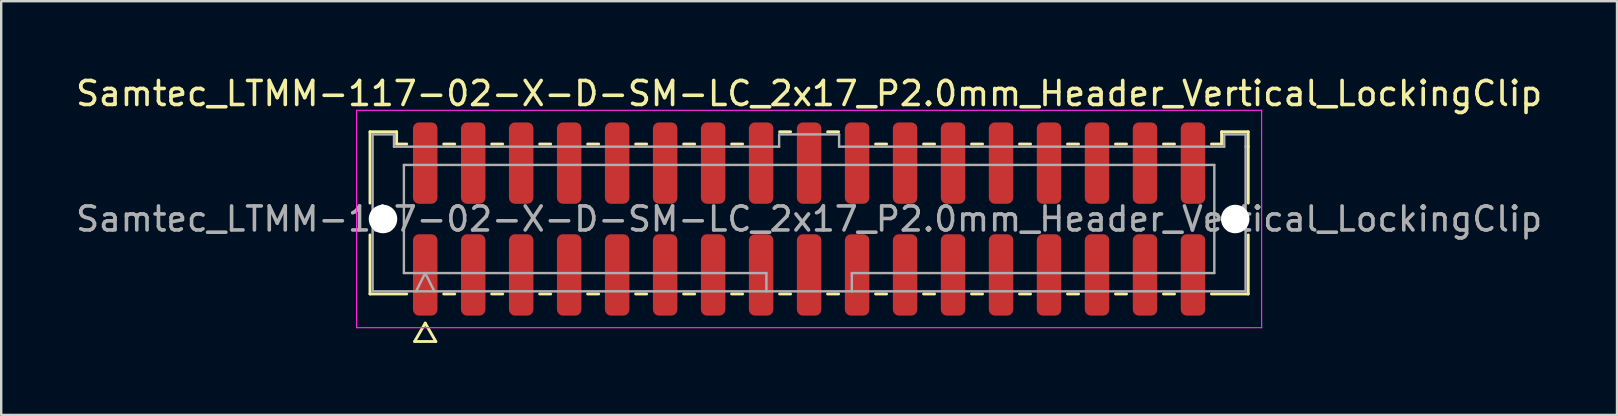
<source format=kicad_pcb>
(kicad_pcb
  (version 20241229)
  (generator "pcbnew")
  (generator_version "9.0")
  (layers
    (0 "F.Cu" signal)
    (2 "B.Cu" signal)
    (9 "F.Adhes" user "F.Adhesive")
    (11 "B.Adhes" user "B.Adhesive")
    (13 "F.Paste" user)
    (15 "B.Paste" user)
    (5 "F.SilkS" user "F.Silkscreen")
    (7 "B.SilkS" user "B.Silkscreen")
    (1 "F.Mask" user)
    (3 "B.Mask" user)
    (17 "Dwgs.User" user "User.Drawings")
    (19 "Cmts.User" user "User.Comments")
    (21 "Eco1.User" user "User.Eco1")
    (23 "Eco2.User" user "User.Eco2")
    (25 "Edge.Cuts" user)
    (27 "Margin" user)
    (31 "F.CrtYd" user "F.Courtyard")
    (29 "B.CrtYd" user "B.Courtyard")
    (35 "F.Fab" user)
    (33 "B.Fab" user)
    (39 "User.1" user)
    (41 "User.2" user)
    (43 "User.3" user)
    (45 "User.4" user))
  (footprint "Samtec_LTMM-117-02-X-D-SM-LC_2x17_P2.0mm_Header_Vertical_LockingClip"
    (layer "F.Cu")
    (at 30.673 6.078)
    (property "Reference" "Samtec_LTMM-117-02-X-D-SM-LC_2x17_P2.0mm_Header_Vertical_LockingClip" (at 0 -5.23 0) (layer "F.SilkS") (effects (font (size 1 1) (thickness 0.15))))
    (attr smd)
    (fp_line (start -18.302 -3.635) (end -17.192 -3.635) (stroke (width 0.12) (type solid)) (layer "F.SilkS"))
    (fp_line (start -18.302 -0.662) (end -18.302 -3.635) (stroke (width 0.12) (type solid)) (layer "F.SilkS"))
    (fp_line (start -18.302 3.125) (end -18.302 0.662) (stroke (width 0.12) (type solid)) (layer "F.SilkS"))
    (fp_line (start -17.192 -3.635) (end -17.192 -3.125) (stroke (width 0.12) (type solid)) (layer "F.SilkS"))
    (fp_line (start -17.192 -3.125) (end -16.77 -3.125) (stroke (width 0.12) (type solid)) (layer "F.SilkS"))
    (fp_line (start -16.77 3.125) (end -18.302 3.125) (stroke (width 0.12) (type solid)) (layer "F.SilkS"))
    (fp_line (start -16.442 5.105) (end -16 4.34) (stroke (width 0.12) (type solid)) (layer "F.SilkS"))
    (fp_line (start -16 4.34) (end -15.558 5.105) (stroke (width 0.12) (type solid)) (layer "F.SilkS"))
    (fp_line (start -15.558 5.105) (end -16.442 5.105) (stroke (width 0.12) (type solid)) (layer "F.SilkS"))
    (fp_line (start -15.23 -3.125) (end -14.77 -3.125) (stroke (width 0.12) (type solid)) (layer "F.SilkS"))
    (fp_line (start -14.77 3.125) (end -15.23 3.125) (stroke (width 0.12) (type solid)) (layer "F.SilkS"))
    (fp_line (start -13.23 -3.125) (end -12.77 -3.125) (stroke (width 0.12) (type solid)) (layer "F.SilkS"))
    (fp_line (start -12.77 3.125) (end -13.23 3.125) (stroke (width 0.12) (type solid)) (layer "F.SilkS"))
    (fp_line (start -11.23 -3.125) (end -10.77 -3.125) (stroke (width 0.12) (type solid)) (layer "F.SilkS"))
    (fp_line (start -10.77 3.125) (end -11.23 3.125) (stroke (width 0.12) (type solid)) (layer "F.SilkS"))
    (fp_line (start -9.23 -3.125) (end -8.77 -3.125) (stroke (width 0.12) (type solid)) (layer "F.SilkS"))
    (fp_line (start -8.77 3.125) (end -9.23 3.125) (stroke (width 0.12) (type solid)) (layer "F.SilkS"))
    (fp_line (start -7.23 -3.125) (end -6.77 -3.125) (stroke (width 0.12) (type solid)) (layer "F.SilkS"))
    (fp_line (start -6.77 3.125) (end -7.23 3.125) (stroke (width 0.12) (type solid)) (layer "F.SilkS"))
    (fp_line (start -5.23 -3.125) (end -4.77 -3.125) (stroke (width 0.12) (type solid)) (layer "F.SilkS"))
    (fp_line (start -4.77 3.125) (end -5.23 3.125) (stroke (width 0.12) (type solid)) (layer "F.SilkS"))
    (fp_line (start -3.23 -3.125) (end -2.77 -3.125) (stroke (width 0.12) (type solid)) (layer "F.SilkS"))
    (fp_line (start -2.77 3.125) (end -3.23 3.125) (stroke (width 0.12) (type solid)) (layer "F.SilkS"))
    (fp_line (start -1.23 -3.635) (end -0.77 -3.635) (stroke (width 0.12) (type solid)) (layer "F.SilkS"))
    (fp_line (start -0.77 3.125) (end -1.23 3.125) (stroke (width 0.12) (type solid)) (layer "F.SilkS"))
    (fp_line (start 0.77 -3.635) (end 1.23 -3.635) (stroke (width 0.12) (type solid)) (layer "F.SilkS"))
    (fp_line (start 1.23 3.125) (end 0.77 3.125) (stroke (width 0.12) (type solid)) (layer "F.SilkS"))
    (fp_line (start 2.77 -3.125) (end 3.23 -3.125) (stroke (width 0.12) (type solid)) (layer "F.SilkS"))
    (fp_line (start 3.23 3.125) (end 2.77 3.125) (stroke (width 0.12) (type solid)) (layer "F.SilkS"))
    (fp_line (start 4.77 -3.125) (end 5.23 -3.125) (stroke (width 0.12) (type solid)) (layer "F.SilkS"))
    (fp_line (start 5.23 3.125) (end 4.77 3.125) (stroke (width 0.12) (type solid)) (layer "F.SilkS"))
    (fp_line (start 6.77 -3.125) (end 7.23 -3.125) (stroke (width 0.12) (type solid)) (layer "F.SilkS"))
    (fp_line (start 7.23 3.125) (end 6.77 3.125) (stroke (width 0.12) (type solid)) (layer "F.SilkS"))
    (fp_line (start 8.77 -3.125) (end 9.23 -3.125) (stroke (width 0.12) (type solid)) (layer "F.SilkS"))
    (fp_line (start 9.23 3.125) (end 8.77 3.125) (stroke (width 0.12) (type solid)) (layer "F.SilkS"))
    (fp_line (start 10.77 -3.125) (end 11.23 -3.125) (stroke (width 0.12) (type solid)) (layer "F.SilkS"))
    (fp_line (start 11.23 3.125) (end 10.77 3.125) (stroke (width 0.12) (type solid)) (layer "F.SilkS"))
    (fp_line (start 12.77 -3.125) (end 13.23 -3.125) (stroke (width 0.12) (type solid)) (layer "F.SilkS"))
    (fp_line (start 13.23 3.125) (end 12.77 3.125) (stroke (width 0.12) (type solid)) (layer "F.SilkS"))
    (fp_line (start 14.77 -3.125) (end 15.23 -3.125) (stroke (width 0.12) (type solid)) (layer "F.SilkS"))
    (fp_line (start 15.23 3.125) (end 14.77 3.125) (stroke (width 0.12) (type solid)) (layer "F.SilkS"))
    (fp_line (start 16.77 -3.125) (end 17.192 -3.125) (stroke (width 0.12) (type solid)) (layer "F.SilkS"))
    (fp_line (start 17.192 -3.635) (end 18.302 -3.635) (stroke (width 0.12) (type solid)) (layer "F.SilkS"))
    (fp_line (start 17.192 -3.125) (end 17.192 -3.635) (stroke (width 0.12) (type solid)) (layer "F.SilkS"))
    (fp_line (start 18.302 -3.635) (end 18.302 -3.015) (stroke (width 0.12) (type solid)) (layer "F.SilkS"))
    (fp_line (start 18.302 -3.015) (end 18.302 -0.662) (stroke (width 0.12) (type solid)) (layer "F.SilkS"))
    (fp_line (start 18.302 0.662) (end 18.302 3.125) (stroke (width 0.12) (type solid)) (layer "F.SilkS"))
    (fp_line (start 18.302 3.125) (end 16.77 3.125) (stroke (width 0.12) (type solid)) (layer "F.SilkS"))
    (fp_line (start -18.86 -4.53) (end -18.86 4.53) (stroke (width 0.05) (type solid)) (layer "F.CrtYd"))
    (fp_line (start -18.86 4.53) (end 18.86 4.53) (stroke (width 0.05) (type solid)) (layer "F.CrtYd"))
    (fp_line (start 18.86 -4.53) (end -18.86 -4.53) (stroke (width 0.05) (type solid)) (layer "F.CrtYd"))
    (fp_line (start 18.86 4.53) (end 18.86 -4.53) (stroke (width 0.05) (type solid)) (layer "F.CrtYd"))
    (fp_line (start -18.192 -3.525) (end -17.302 -3.525) (stroke (width 0.1) (type solid)) (layer "F.Fab"))
    (fp_line (start -18.192 3.015) (end -18.192 -3.525) (stroke (width 0.1) (type solid)) (layer "F.Fab"))
    (fp_line (start -17.302 -3.525) (end -17.302 -3.015) (stroke (width 0.1) (type solid)) (layer "F.Fab"))
    (fp_line (start -17.302 -3.015) (end -1.25 -3.015) (stroke (width 0.1) (type solid)) (layer "F.Fab"))
    (fp_line (start -16.889 -2.253) (end 16.889 -2.253) (stroke (width 0.1) (type solid)) (layer "F.Fab"))
    (fp_line (start -16.889 2.253) (end -16.889 -2.253) (stroke (width 0.1) (type solid)) (layer "F.Fab"))
    (fp_line (start -16.381 3.015) (end -16 2.253) (stroke (width 0.1) (type solid)) (layer "F.Fab"))
    (fp_line (start -16 2.253) (end -15.619 3.015) (stroke (width 0.1) (type solid)) (layer "F.Fab"))
    (fp_line (start -1.78 2.253) (end -16.889 2.253) (stroke (width 0.1) (type solid)) (layer "F.Fab"))
    (fp_line (start -1.78 3.015) (end -1.78 2.253) (stroke (width 0.1) (type solid)) (layer "F.Fab"))
    (fp_line (start -1.25 -3.525) (end 1.25 -3.525) (stroke (width 0.1) (type solid)) (layer "F.Fab"))
    (fp_line (start -1.25 -3.015) (end -1.25 -3.525) (stroke (width 0.1) (type solid)) (layer "F.Fab"))
    (fp_line (start 1.25 -3.525) (end 1.25 -3.015) (stroke (width 0.1) (type solid)) (layer "F.Fab"))
    (fp_line (start 1.25 -3.015) (end 17.302 -3.015) (stroke (width 0.1) (type solid)) (layer "F.Fab"))
    (fp_line (start 1.78 2.253) (end 1.78 3.015) (stroke (width 0.1) (type solid)) (layer "F.Fab"))
    (fp_line (start 16.889 -2.253) (end 16.889 2.253) (stroke (width 0.1) (type solid)) (layer "F.Fab"))
    (fp_line (start 16.889 2.253) (end 1.78 2.253) (stroke (width 0.1) (type solid)) (layer "F.Fab"))
    (fp_line (start 17.302 -3.525) (end 18.192 -3.525) (stroke (width 0.1) (type solid)) (layer "F.Fab"))
    (fp_line (start 17.302 -3.015) (end 17.302 -3.525) (stroke (width 0.1) (type solid)) (layer "F.Fab"))
    (fp_line (start 18.192 -3.525) (end 18.192 -3.015) (stroke (width 0.1) (type solid)) (layer "F.Fab"))
    (fp_line (start 18.192 -3.015) (end 18.192 3.015) (stroke (width 0.1) (type solid)) (layer "F.Fab"))
    (fp_line (start 18.192 3.015) (end -18.192 3.015) (stroke (width 0.1) (type solid)) (layer "F.Fab"))
    (fp_text user "${REFERENCE}" (at 0 0 0) (layer "F.Fab") (effects (font (size 1 1) (thickness 0.15))))
    (pad "" np_thru_hole circle (at -17.76 0) (size 1.19 1.19) (drill 1.19) (layers "*.Cu" "*.Mask"))
    (pad "" np_thru_hole circle (at 17.76 0) (size 1.19 1.19) (drill 1.19) (layers "*.Cu" "*.Mask"))
    (pad "1" smd roundrect (at -16 2.33) (size 1.02 3.39) (layers "F.Cu" "F.Mask" "F.Paste") (roundrect_rratio 0.245))
    (pad "2" smd roundrect (at -16 -2.33) (size 1.02 3.39) (layers "F.Cu" "F.Mask" "F.Paste") (roundrect_rratio 0.245))
    (pad "3" smd roundrect (at -14 2.33) (size 1.02 3.39) (layers "F.Cu" "F.Mask" "F.Paste") (roundrect_rratio 0.245))
    (pad "4" smd roundrect (at -14 -2.33) (size 1.02 3.39) (layers "F.Cu" "F.Mask" "F.Paste") (roundrect_rratio 0.245))
    (pad "5" smd roundrect (at -12 2.33) (size 1.02 3.39) (layers "F.Cu" "F.Mask" "F.Paste") (roundrect_rratio 0.245))
    (pad "6" smd roundrect (at -12 -2.33) (size 1.02 3.39) (layers "F.Cu" "F.Mask" "F.Paste") (roundrect_rratio 0.245))
    (pad "7" smd roundrect (at -10 2.33) (size 1.02 3.39) (layers "F.Cu" "F.Mask" "F.Paste") (roundrect_rratio 0.245))
    (pad "8" smd roundrect (at -10 -2.33) (size 1.02 3.39) (layers "F.Cu" "F.Mask" "F.Paste") (roundrect_rratio 0.245))
    (pad "9" smd roundrect (at -8 2.33) (size 1.02 3.39) (layers "F.Cu" "F.Mask" "F.Paste") (roundrect_rratio 0.245))
    (pad "10" smd roundrect (at -8 -2.33) (size 1.02 3.39) (layers "F.Cu" "F.Mask" "F.Paste") (roundrect_rratio 0.245))
    (pad "11" smd roundrect (at -6 2.33) (size 1.02 3.39) (layers "F.Cu" "F.Mask" "F.Paste") (roundrect_rratio 0.245))
    (pad "12" smd roundrect (at -6 -2.33) (size 1.02 3.39) (layers "F.Cu" "F.Mask" "F.Paste") (roundrect_rratio 0.245))
    (pad "13" smd roundrect (at -4 2.33) (size 1.02 3.39) (layers "F.Cu" "F.Mask" "F.Paste") (roundrect_rratio 0.245))
    (pad "14" smd roundrect (at -4 -2.33) (size 1.02 3.39) (layers "F.Cu" "F.Mask" "F.Paste") (roundrect_rratio 0.245))
    (pad "15" smd roundrect (at -2 2.33) (size 1.02 3.39) (layers "F.Cu" "F.Mask" "F.Paste") (roundrect_rratio 0.245))
    (pad "16" smd roundrect (at -2 -2.33) (size 1.02 3.39) (layers "F.Cu" "F.Mask" "F.Paste") (roundrect_rratio 0.245))
    (pad "17" smd roundrect (at 0 2.33) (size 1.02 3.39) (layers "F.Cu" "F.Mask" "F.Paste") (roundrect_rratio 0.245))
    (pad "18" smd roundrect (at 0 -2.33) (size 1.02 3.39) (layers "F.Cu" "F.Mask" "F.Paste") (roundrect_rratio 0.245))
    (pad "19" smd roundrect (at 2 2.33) (size 1.02 3.39) (layers "F.Cu" "F.Mask" "F.Paste") (roundrect_rratio 0.245))
    (pad "20" smd roundrect (at 2 -2.33) (size 1.02 3.39) (layers "F.Cu" "F.Mask" "F.Paste") (roundrect_rratio 0.245))
    (pad "21" smd roundrect (at 4 2.33) (size 1.02 3.39) (layers "F.Cu" "F.Mask" "F.Paste") (roundrect_rratio 0.245))
    (pad "22" smd roundrect (at 4 -2.33) (size 1.02 3.39) (layers "F.Cu" "F.Mask" "F.Paste") (roundrect_rratio 0.245))
    (pad "23" smd roundrect (at 6 2.33) (size 1.02 3.39) (layers "F.Cu" "F.Mask" "F.Paste") (roundrect_rratio 0.245))
    (pad "24" smd roundrect (at 6 -2.33) (size 1.02 3.39) (layers "F.Cu" "F.Mask" "F.Paste") (roundrect_rratio 0.245))
    (pad "25" smd roundrect (at 8 2.33) (size 1.02 3.39) (layers "F.Cu" "F.Mask" "F.Paste") (roundrect_rratio 0.245))
    (pad "26" smd roundrect (at 8 -2.33) (size 1.02 3.39) (layers "F.Cu" "F.Mask" "F.Paste") (roundrect_rratio 0.245))
    (pad "27" smd roundrect (at 10 2.33) (size 1.02 3.39) (layers "F.Cu" "F.Mask" "F.Paste") (roundrect_rratio 0.245))
    (pad "28" smd roundrect (at 10 -2.33) (size 1.02 3.39) (layers "F.Cu" "F.Mask" "F.Paste") (roundrect_rratio 0.245))
    (pad "29" smd roundrect (at 12 2.33) (size 1.02 3.39) (layers "F.Cu" "F.Mask" "F.Paste") (roundrect_rratio 0.245))
    (pad "30" smd roundrect (at 12 -2.33) (size 1.02 3.39) (layers "F.Cu" "F.Mask" "F.Paste") (roundrect_rratio 0.245))
    (pad "31" smd roundrect (at 14 2.33) (size 1.02 3.39) (layers "F.Cu" "F.Mask" "F.Paste") (roundrect_rratio 0.245))
    (pad "32" smd roundrect (at 14 -2.33) (size 1.02 3.39) (layers "F.Cu" "F.Mask" "F.Paste") (roundrect_rratio 0.245))
    (pad "33" smd roundrect (at 16 2.33) (size 1.02 3.39) (layers "F.Cu" "F.Mask" "F.Paste") (roundrect_rratio 0.245))
    (pad "34" smd roundrect (at 16 -2.33) (size 1.02 3.39) (layers "F.Cu" "F.Mask" "F.Paste") (roundrect_rratio 0.245)))
  (gr_rect
    (start -3 -3)
    (end 64.345 14.243)
    (stroke (width 0.1) (type default))
    (fill no)
    (layer "Edge.Cuts")))
</source>
